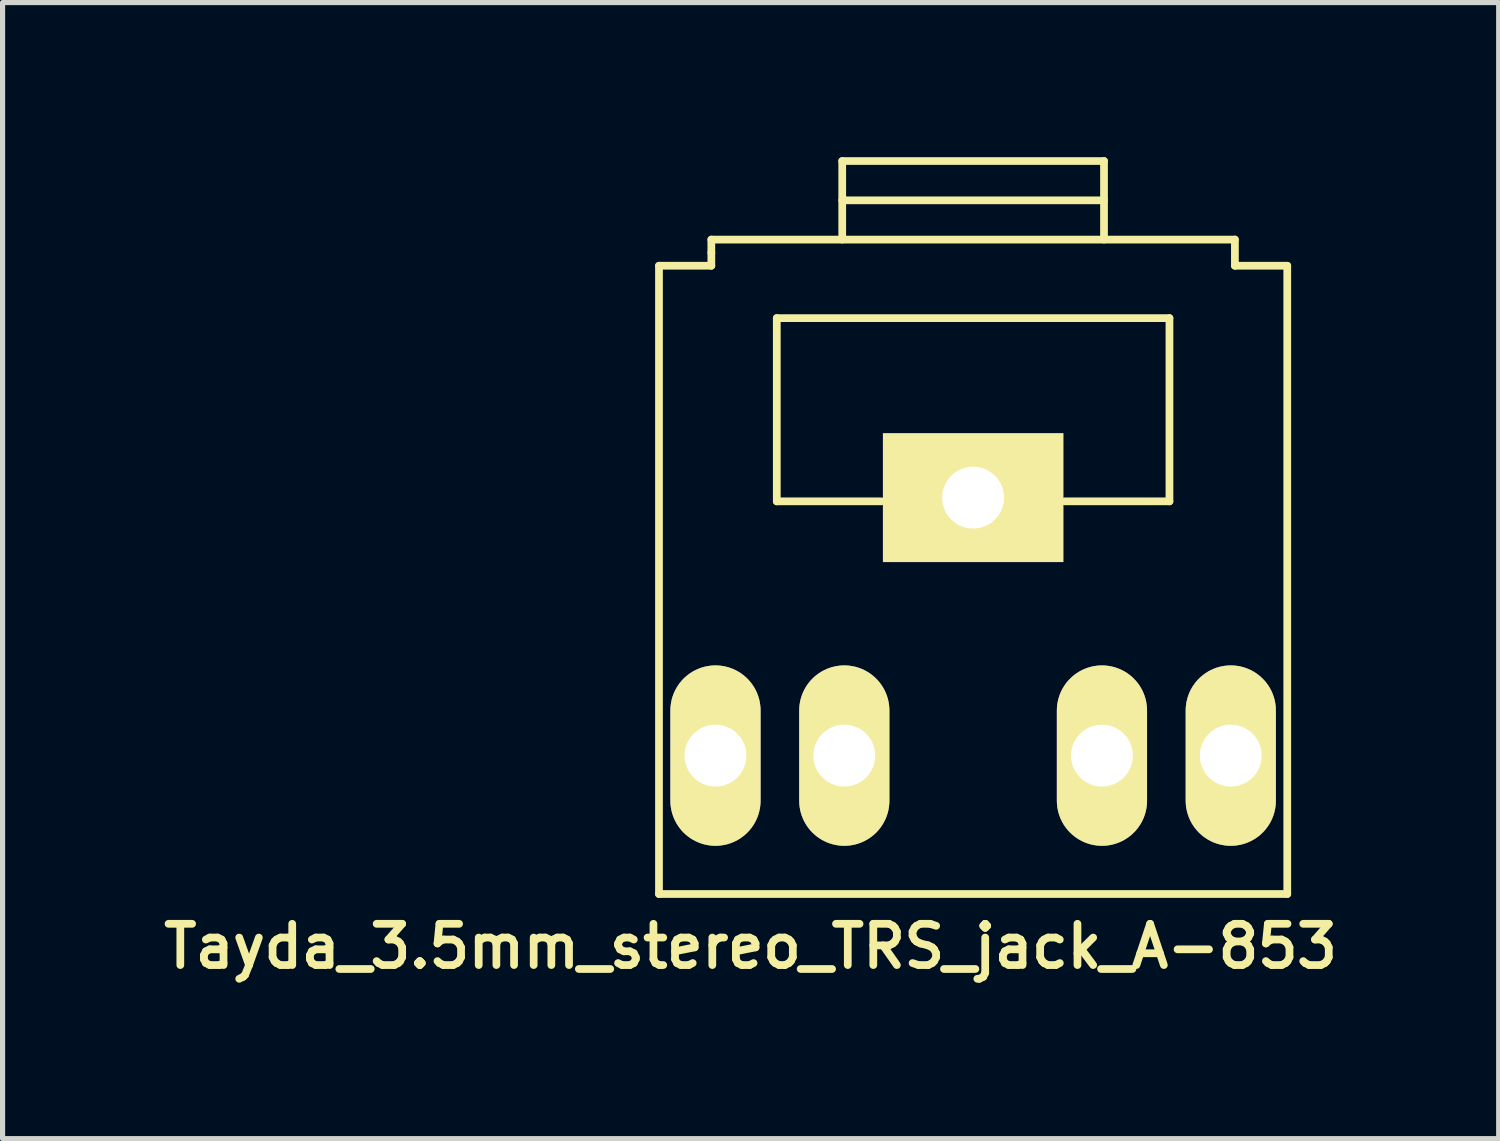
<source format=kicad_pcb>
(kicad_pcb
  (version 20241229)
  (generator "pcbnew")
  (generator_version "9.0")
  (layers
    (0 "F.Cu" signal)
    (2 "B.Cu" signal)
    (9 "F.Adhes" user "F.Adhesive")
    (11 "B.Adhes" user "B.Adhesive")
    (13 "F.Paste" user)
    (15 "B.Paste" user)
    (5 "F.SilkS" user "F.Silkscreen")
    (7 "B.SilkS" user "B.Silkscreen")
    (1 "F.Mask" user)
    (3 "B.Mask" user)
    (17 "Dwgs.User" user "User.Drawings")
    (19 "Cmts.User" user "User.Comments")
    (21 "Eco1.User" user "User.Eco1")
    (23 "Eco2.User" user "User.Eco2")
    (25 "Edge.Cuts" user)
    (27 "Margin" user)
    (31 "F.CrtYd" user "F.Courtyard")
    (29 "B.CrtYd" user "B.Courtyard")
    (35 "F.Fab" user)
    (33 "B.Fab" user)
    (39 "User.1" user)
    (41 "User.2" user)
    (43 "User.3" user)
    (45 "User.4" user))
  (footprint "Tayda_3.5mm_stereo_TRS_jack_A-853"
    (layer "F.Cu")
    (at 15.834 8.203)
    (property "Reference" "Tayda_3.5mm_stereo_TRS_jack_A-853" (at -4.318 7.112 0) (layer "F.SilkS") (effects (font (size 0.8 0.8) (thickness 0.15))))
    (attr through_hole)
    (fp_line (start -6.096 6.096) (end -6.096 -6.096) (stroke (width 0.15) (type solid)) (layer "F.SilkS"))
    (fp_line (start -5.08 -6.604) (end 5.08 -6.604) (stroke (width 0.15) (type solid)) (layer "F.SilkS"))
    (fp_line (start -5.08 -6.35) (end -5.08 -6.604) (stroke (width 0.15) (type solid)) (layer "F.SilkS"))
    (fp_line (start -5.08 -6.096) (end -6.096 -6.096) (stroke (width 0.15) (type solid)) (layer "F.SilkS"))
    (fp_line (start -5.08 -6.096) (end -5.08 -6.35) (stroke (width 0.15) (type solid)) (layer "F.SilkS"))
    (fp_line (start -3.81 -5.08) (end 3.81 -5.08) (stroke (width 0.15) (type solid)) (layer "F.SilkS"))
    (fp_line (start -3.81 -1.524) (end -3.81 -5.08) (stroke (width 0.15) (type solid)) (layer "F.SilkS"))
    (fp_line (start -2.54 -8.128) (end -2.54 -6.604) (stroke (width 0.15) (type solid)) (layer "F.SilkS"))
    (fp_line (start -2.54 -8.128) (end 2.54 -8.128) (stroke (width 0.15) (type solid)) (layer "F.SilkS"))
    (fp_line (start -2.54 -7.366) (end 2.54 -7.366) (stroke (width 0.15) (type solid)) (layer "F.SilkS"))
    (fp_line (start -1.778 -1.524) (end -3.81 -1.524) (stroke (width 0.15) (type solid)) (layer "F.SilkS"))
    (fp_line (start 2.54 -6.604) (end 2.54 -8.128) (stroke (width 0.15) (type solid)) (layer "F.SilkS"))
    (fp_line (start 3.81 -5.08) (end 3.81 -1.524) (stroke (width 0.15) (type solid)) (layer "F.SilkS"))
    (fp_line (start 3.81 -1.524) (end 1.778 -1.524) (stroke (width 0.15) (type solid)) (layer "F.SilkS"))
    (fp_line (start 5.08 -6.604) (end 5.08 -6.096) (stroke (width 0.15) (type solid)) (layer "F.SilkS"))
    (fp_line (start 6.096 -6.096) (end 5.08 -6.096) (stroke (width 0.15) (type solid)) (layer "F.SilkS"))
    (fp_line (start 6.096 -6.096) (end 6.096 6.096) (stroke (width 0.15) (type solid)) (layer "F.SilkS"))
    (fp_line (start 6.096 6.096) (end -6.096 6.096) (stroke (width 0.15) (type solid)) (layer "F.SilkS"))
    (pad "1" thru_hole rect (at 0 -1.596) (size 3.5 2.5) (drill 1.2) (layers "*.Cu" "*.Mask" "F.SilkS"))
    (pad "2" thru_hole oval (at -5 3.41) (size 1.75 3.5) (drill 1.2) (layers "*.Cu" "*.Mask" "F.SilkS"))
    (pad "3" thru_hole oval (at 5 3.41) (size 1.75 3.5) (drill 1.2) (layers "*.Cu" "*.Mask" "F.SilkS"))
    (pad "4" thru_hole oval (at -2.5 3.41) (size 1.75 3.5) (drill 1.2) (layers "*.Cu" "*.Mask" "F.SilkS"))
    (pad "5" thru_hole oval (at 2.5 3.41) (size 1.75 3.5) (drill 1.2) (layers "*.Cu" "*.Mask" "F.SilkS")))
  (gr_rect
    (start -3 -3)
    (end 26.033 19.046)
    (stroke (width 0.1) (type default))
    (fill no)
    (layer "Edge.Cuts")))
</source>
